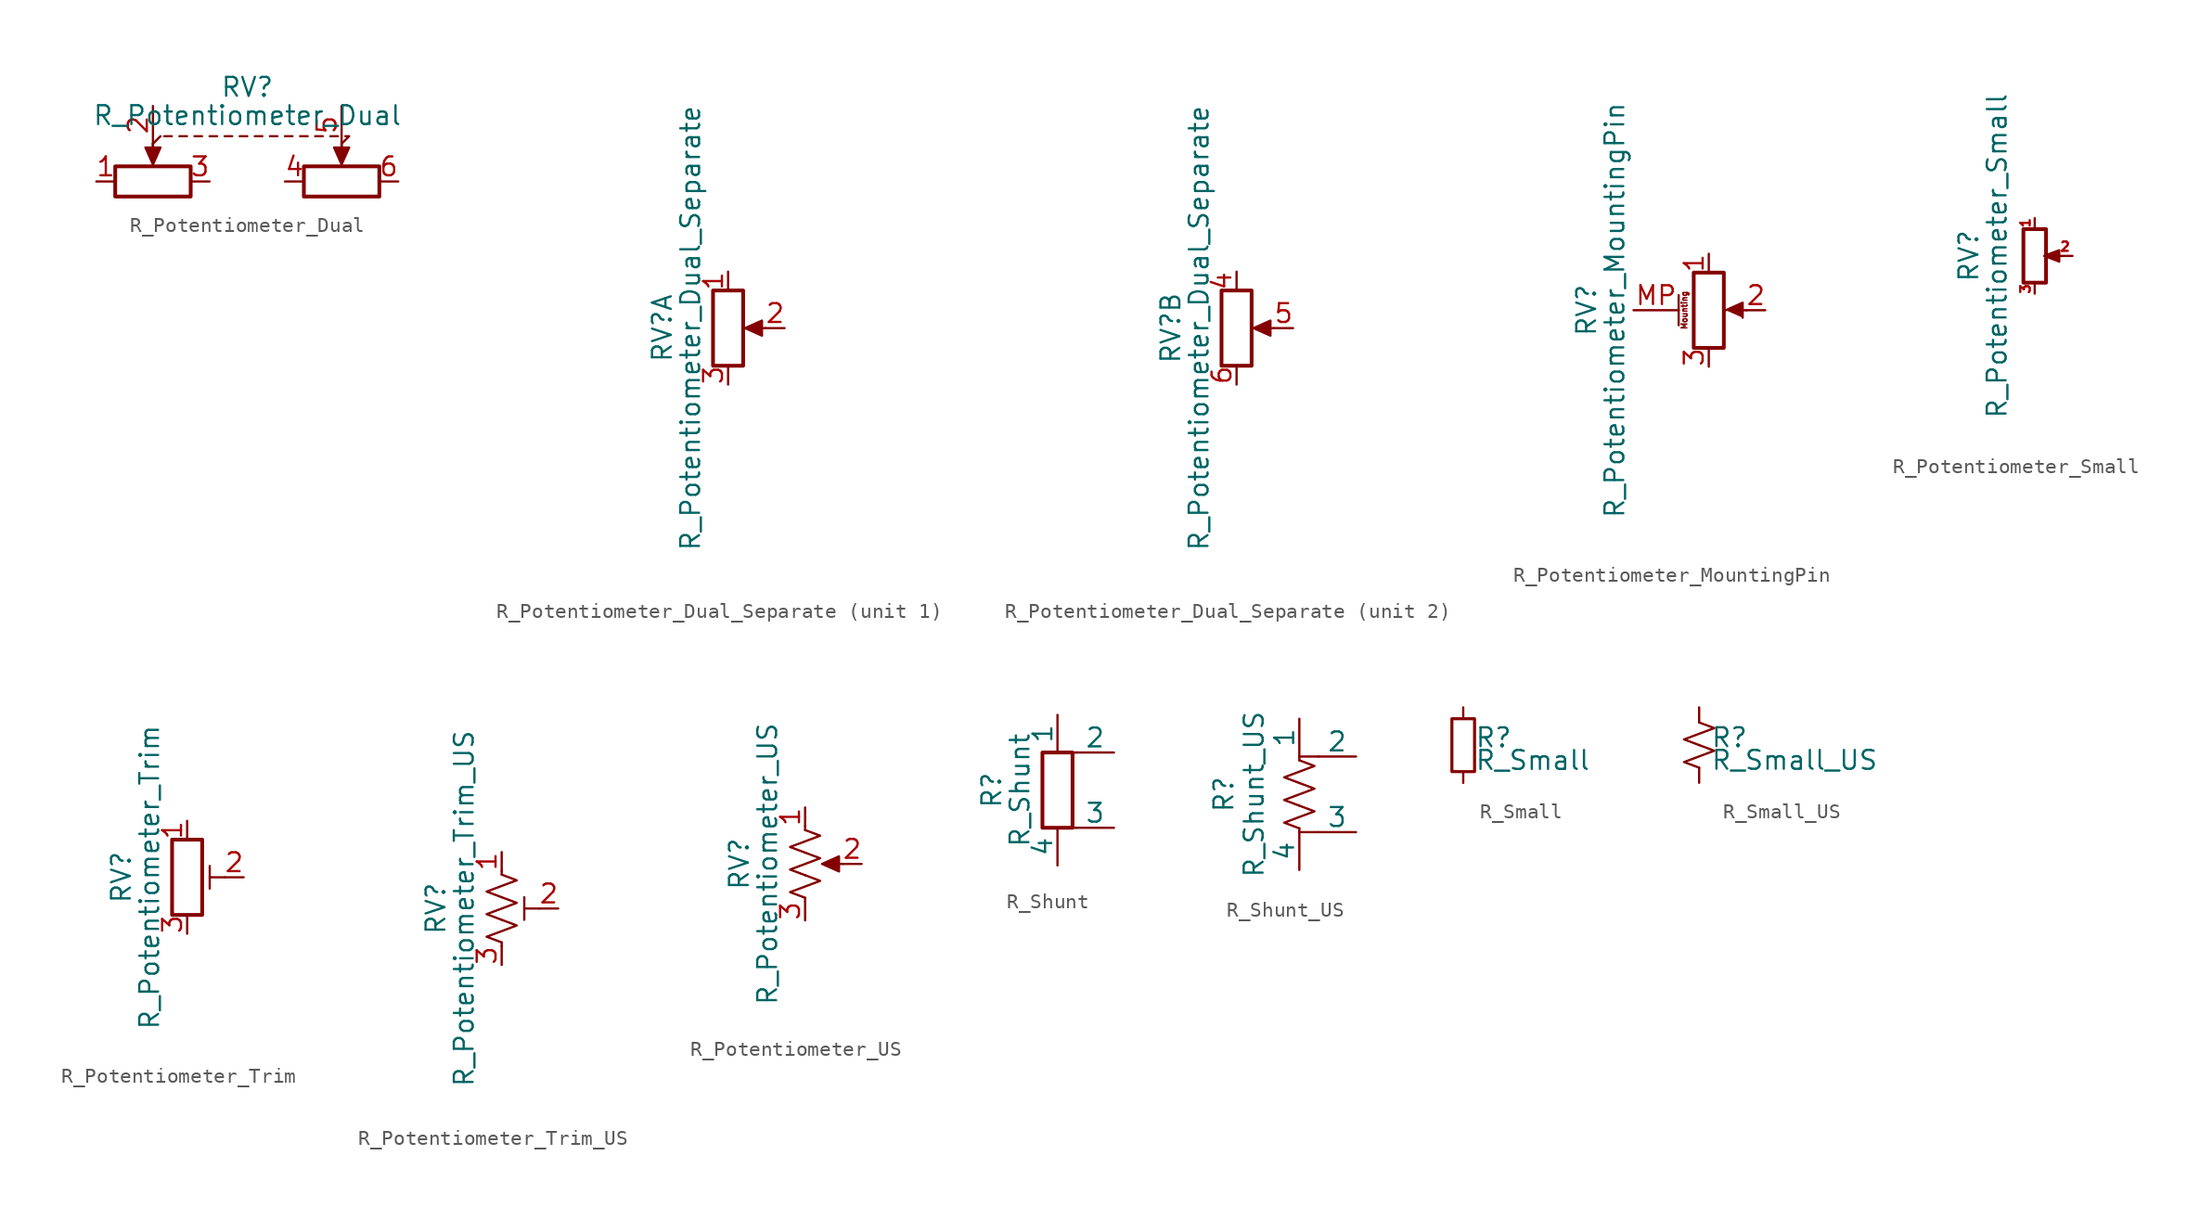
<source format=kicad_sym>
(kicad_symbol_lib
  (version 20241209)
  (generator "kicad_symbol_editor")
  (generator_version "9.0")
  (symbol "R_Potentiometer_Dual"
    (pin_names
      (offset 1.016)
      (hide yes))
    (property "Reference" "RV"
      (at 0 3.81 0)
      (effects (font (size 1.27 1.27))))
    (property "Value" "R_Potentiometer_Dual"
      (at 0 1.905 0)
      (effects (font (size 1.27 1.27))))
    (symbol "R_Potentiometer_Dual_0_1"
      (rectangle (start -8.89 -1.524) (end -3.81 -3.556) (stroke (width 0.254) (type solid)) (fill (type none)))
      (polyline (pts (xy -6.35 0) (xy -6.35 -1.016)) (stroke (width 0) (type solid)) (fill (type none)))
      (polyline (pts (xy -6.35 0) (xy -6.35 -1.016)) (stroke (width 0) (type solid)) (fill (type none)))
      (polyline (pts (xy -6.35 0) (xy -5.842 0.508)) (stroke (width 0) (type solid)) (fill (type none)))
      (polyline (pts (xy -6.35 -1.397) (xy -6.858 -0.254) (xy -5.842 -0.254) (xy -6.35 -1.397)) (stroke (width 0) (type solid)) (fill (type outline)))
      (polyline (pts (xy -5.588 0.508) (xy -5.08 0.508)) (stroke (width 0) (type solid)) (fill (type none)))
      (polyline (pts (xy -4.572 0.508) (xy -4.064 0.508)) (stroke (width 0) (type solid)) (fill (type none)))
      (polyline (pts (xy -3.556 0.508) (xy -3.048 0.508)) (stroke (width 0) (type solid)) (fill (type none)))
      (polyline (pts (xy -2.54 0.508) (xy -2.032 0.508)) (stroke (width 0) (type solid)) (fill (type none)))
      (polyline (pts (xy -1.524 0.508) (xy -1.016 0.508)) (stroke (width 0) (type solid)) (fill (type none)))
      (polyline (pts (xy -0.508 0.508) (xy 0 0.508)) (stroke (width 0) (type solid)) (fill (type none)))
      (polyline (pts (xy 0.508 0.508) (xy 1.016 0.508)) (stroke (width 0) (type solid)) (fill (type none)))
      (polyline (pts (xy 1.524 0.508) (xy 2.032 0.508)) (stroke (width 0) (type solid)) (fill (type none)))
      (polyline (pts (xy 2.54 0.508) (xy 3.048 0.508)) (stroke (width 0) (type solid)) (fill (type none)))
      (polyline (pts (xy 3.556 0.508) (xy 4.064 0.508)) (stroke (width 0) (type solid)) (fill (type none)))
      (rectangle (start 3.81 -1.524) (end 8.89 -3.556) (stroke (width 0.254) (type solid)) (fill (type none)))
      (polyline (pts (xy 4.572 0.508) (xy 5.08 0.508)) (stroke (width 0) (type solid)) (fill (type none)))
      (polyline (pts (xy 5.588 0.508) (xy 6.096 0.508)) (stroke (width 0) (type solid)) (fill (type none)))
      (polyline (pts (xy 6.35 0) (xy 6.35 -1.016)) (stroke (width 0) (type solid)) (fill (type none)))
      (polyline (pts (xy 6.35 0) (xy 6.35 -1.016)) (stroke (width 0) (type solid)) (fill (type none)))
      (polyline (pts (xy 6.35 -1.397) (xy 5.842 -0.254) (xy 6.858 -0.254) (xy 6.35 -1.397)) (stroke (width 0) (type solid)) (fill (type outline)))
      (polyline (pts (xy 6.604 0.508) (xy 6.858 0.508) (xy 6.35 0)) (stroke (width 0) (type solid)) (fill (type none))))
    (symbol "R_Potentiometer_Dual_1_1"
      (pin passive line (at -10.16 -2.54 0) (length 1.27) (name "1" (effects (font (size 1.27 1.27)))) (number "1" (effects (font (size 1.27 1.27)))))
      (pin passive line (at -6.35 2.54 270) (length 2.54) (name "2" (effects (font (size 1.27 1.27)))) (number "2" (effects (font (size 1.27 1.27)))))
      (pin passive line (at -2.54 -2.54 180) (length 1.27) (name "3" (effects (font (size 1.27 1.27)))) (number "3" (effects (font (size 1.27 1.27)))))
      (pin passive line (at 2.54 -2.54 0) (length 1.27) (name "4" (effects (font (size 1.27 1.27)))) (number "4" (effects (font (size 1.27 1.27)))))
      (pin passive line (at 6.35 2.54 270) (length 2.54) (name "5" (effects (font (size 1.27 1.27)))) (number "5" (effects (font (size 1.27 1.27)))))
      (pin passive line (at 10.16 -2.54 180) (length 1.27) (name "6" (effects (font (size 1.27 1.27)))) (number "6" (effects (font (size 1.27 1.27)))))))
  (symbol "R_Potentiometer_Dual_Separate"
    (pin_names
      (offset 1.016)
      (hide yes))
    (property "Reference" "RV"
      (at -4.445 0 90)
      (effects (font (size 1.27 1.27))))
    (property "Value" "R_Potentiometer_Dual_Separate"
      (at -2.54 0 90)
      (effects (font (size 1.27 1.27))))
    (symbol "R_Potentiometer_Dual_Separate_0_1"
      (rectangle (start 1.016 2.54) (end -1.016 -2.54) (stroke (width 0.254) (type solid)) (fill (type none)))
      (polyline (pts (xy 1.143 0) (xy 2.286 0.508) (xy 2.286 -0.508) (xy 1.143 0)) (stroke (width 0) (type solid)) (fill (type outline)))
      (polyline (pts (xy 2.54 0) (xy 1.524 0)) (stroke (width 0) (type solid)) (fill (type none))))
    (symbol "R_Potentiometer_Dual_Separate_1_1"
      (pin passive line (at 0 3.81 270) (length 1.27) (name "1" (effects (font (size 1.27 1.27)))) (number "1" (effects (font (size 1.27 1.27)))))
      (pin passive line (at 0 -3.81 90) (length 1.27) (name "3" (effects (font (size 1.27 1.27)))) (number "3" (effects (font (size 1.27 1.27)))))
      (pin passive line (at 3.81 0 180) (length 1.27) (name "2" (effects (font (size 1.27 1.27)))) (number "2" (effects (font (size 1.27 1.27))))))
    (symbol "R_Potentiometer_Dual_Separate_2_1"
      (pin passive line (at 0 3.81 270) (length 1.27) (name "4" (effects (font (size 1.27 1.27)))) (number "4" (effects (font (size 1.27 1.27)))))
      (pin passive line (at 0 -3.81 90) (length 1.27) (name "6" (effects (font (size 1.27 1.27)))) (number "6" (effects (font (size 1.27 1.27)))))
      (pin passive line (at 3.81 0 180) (length 1.27) (name "5" (effects (font (size 1.27 1.27)))) (number "5" (effects (font (size 1.27 1.27)))))))
  (symbol "R_Potentiometer_MountingPin"
    (pin_names
      (offset 1.016)
      (hide yes))
    (property "Reference" "RV"
      (at -8.255 0 90)
      (effects (font (size 1.27 1.27))))
    (property "Value" "R_Potentiometer_MountingPin"
      (at -6.35 0 90)
      (effects (font (size 1.27 1.27))))
    (symbol "R_Potentiometer_MountingPin_0_1"
      (rectangle (start 1.016 2.54) (end -1.016 -2.54) (stroke (width 0.254) (type solid)) (fill (type none)))
      (polyline (pts (xy 1.143 0) (xy 2.286 0.508) (xy 2.286 -0.508)) (stroke (width 0) (type solid)) (fill (type outline)))
      (polyline (pts (xy 2.54 0) (xy 1.524 0)) (stroke (width 0) (type solid)) (fill (type none))))
    (symbol "R_Potentiometer_MountingPin_1_1"
      (polyline (pts (xy -2.032 1.016) (xy -2.032 -1.016)) (stroke (width 0.152) (type solid)) (fill (type none)))
      (text "Mounting" (at -1.651 0 900) (effects (font (size 0.381 0.381))))
      (pin passive line (at -5.08 0 0) (length 3.048) (name "MountPin" (effects (font (size 1.27 1.27)))) (number "MP" (effects (font (size 1.27 1.27)))))
      (pin passive line (at 0 3.81 270) (length 1.27) (name "1" (effects (font (size 1.27 1.27)))) (number "1" (effects (font (size 1.27 1.27)))))
      (pin passive line (at 0 -3.81 90) (length 1.27) (name "3" (effects (font (size 1.27 1.27)))) (number "3" (effects (font (size 1.27 1.27)))))
      (pin passive line (at 3.81 0 180) (length 1.27) (name "2" (effects (font (size 1.27 1.27)))) (number "2" (effects (font (size 1.27 1.27)))))))
  (symbol "R_Potentiometer_Small"
    (pin_names
      (offset 1.016)
      (hide yes))
    (property "Reference" "RV"
      (at -4.445 0 90)
      (effects (font (size 1.27 1.27))))
    (property "Value" "R_Potentiometer_Small"
      (at -2.54 0 90)
      (effects (font (size 1.27 1.27))))
    (symbol "R_Potentiometer_Small_0_1"
      (rectangle (start 0.762 1.803) (end -0.762 -1.803) (stroke (width 0.254) (type solid)) (fill (type none)))
      (polyline (pts (xy 0.889 0) (xy 0.635 0) (xy 1.651 0.381) (xy 1.651 -0.381) (xy 0.635 0) (xy 0.889 0)) (stroke (width 0) (type solid)) (fill (type outline))))
    (symbol "R_Potentiometer_Small_1_1"
      (pin passive line (at 0 2.54 270) (length 0.635) (name "1" (effects (font (size 0.635 0.635)))) (number "1" (effects (font (size 0.635 0.635)))))
      (pin passive line (at 0 -2.54 90) (length 0.635) (name "3" (effects (font (size 0.635 0.635)))) (number "3" (effects (font (size 0.635 0.635)))))
      (pin passive line (at 2.54 0 180) (length 0.991) (name "2" (effects (font (size 0.635 0.635)))) (number "2" (effects (font (size 0.635 0.635)))))))
  (symbol "R_Potentiometer_Trim"
    (pin_names
      (offset 1.016)
      (hide yes))
    (property "Reference" "RV"
      (at -4.445 0 90)
      (effects (font (size 1.27 1.27))))
    (property "Value" "R_Potentiometer_Trim"
      (at -2.54 0 90)
      (effects (font (size 1.27 1.27))))
    (symbol "R_Potentiometer_Trim_0_1"
      (rectangle (start 1.016 2.54) (end -1.016 -2.54) (stroke (width 0.254) (type solid)) (fill (type none)))
      (polyline (pts (xy 1.524 0.762) (xy 1.524 -0.762)) (stroke (width 0) (type solid)) (fill (type none)))
      (polyline (pts (xy 2.54 0) (xy 1.524 0)) (stroke (width 0) (type solid)) (fill (type none))))
    (symbol "R_Potentiometer_Trim_1_1"
      (pin passive line (at 0 3.81 270) (length 1.27) (name "1" (effects (font (size 1.27 1.27)))) (number "1" (effects (font (size 1.27 1.27)))))
      (pin passive line (at 0 -3.81 90) (length 1.27) (name "3" (effects (font (size 1.27 1.27)))) (number "3" (effects (font (size 1.27 1.27)))))
      (pin passive line (at 3.81 0 180) (length 1.27) (name "2" (effects (font (size 1.27 1.27)))) (number "2" (effects (font (size 1.27 1.27)))))))
  (symbol "R_Potentiometer_Trim_US"
    (pin_names
      (offset 1.016)
      (hide yes))
    (property "Reference" "RV"
      (at -4.445 0 90)
      (effects (font (size 1.27 1.27))))
    (property "Value" "R_Potentiometer_Trim_US"
      (at -2.54 0 90)
      (effects (font (size 1.27 1.27))))
    (symbol "R_Potentiometer_Trim_US_0_1"
      (polyline (pts (xy 0 2.286) (xy 0 2.54)) (stroke (width 0) (type solid)) (fill (type none)))
      (polyline (pts (xy 0 2.286) (xy 1.016 1.905) (xy 0 1.524) (xy -1.016 1.143) (xy 0 0.762)) (stroke (width 0) (type solid)) (fill (type none)))
      (polyline (pts (xy 0 0.762) (xy 1.016 0.381) (xy 0 0) (xy -1.016 -0.381) (xy 0 -0.762)) (stroke (width 0) (type solid)) (fill (type none)))
      (polyline (pts (xy 0 -0.762) (xy 1.016 -1.143) (xy 0 -1.524) (xy -1.016 -1.905) (xy 0 -2.286)) (stroke (width 0) (type solid)) (fill (type none)))
      (polyline (pts (xy 0 -2.286) (xy 0 -2.54)) (stroke (width 0) (type solid)) (fill (type none)))
      (polyline (pts (xy 1.524 0.762) (xy 1.524 -0.762)) (stroke (width 0) (type solid)) (fill (type none)))
      (polyline (pts (xy 2.54 0) (xy 1.524 0)) (stroke (width 0) (type solid)) (fill (type none))))
    (symbol "R_Potentiometer_Trim_US_1_1"
      (pin passive line (at 0 3.81 270) (length 1.27) (name "1" (effects (font (size 1.27 1.27)))) (number "1" (effects (font (size 1.27 1.27)))))
      (pin passive line (at 0 -3.81 90) (length 1.27) (name "3" (effects (font (size 1.27 1.27)))) (number "3" (effects (font (size 1.27 1.27)))))
      (pin passive line (at 3.81 0 180) (length 1.27) (name "2" (effects (font (size 1.27 1.27)))) (number "2" (effects (font (size 1.27 1.27)))))))
  (symbol "R_Potentiometer_US"
    (pin_names
      (offset 1.016)
      (hide yes))
    (property "Reference" "RV"
      (at -4.445 0 90)
      (effects (font (size 1.27 1.27))))
    (property "Value" "R_Potentiometer_US"
      (at -2.54 0 90)
      (effects (font (size 1.27 1.27))))
    (symbol "R_Potentiometer_US_0_1"
      (polyline (pts (xy 0 2.54) (xy 0 2.286)) (stroke (width 0) (type solid)) (fill (type none)))
      (polyline (pts (xy 0 2.286) (xy 1.016 1.905) (xy 0 1.524) (xy -1.016 1.143) (xy 0 0.762)) (stroke (width 0) (type solid)) (fill (type none)))
      (polyline (pts (xy 0 0.762) (xy 1.016 0.381) (xy 0 0) (xy -1.016 -0.381) (xy 0 -0.762)) (stroke (width 0) (type solid)) (fill (type none)))
      (polyline (pts (xy 0 -0.762) (xy 1.016 -1.143) (xy 0 -1.524) (xy -1.016 -1.905) (xy 0 -2.286)) (stroke (width 0) (type solid)) (fill (type none)))
      (polyline (pts (xy 0 -2.286) (xy 0 -2.54)) (stroke (width 0) (type solid)) (fill (type none)))
      (polyline (pts (xy 1.143 0) (xy 2.286 0.508) (xy 2.286 -0.508) (xy 1.143 0)) (stroke (width 0) (type solid)) (fill (type outline)))
      (polyline (pts (xy 2.54 0) (xy 1.524 0)) (stroke (width 0) (type solid)) (fill (type none))))
    (symbol "R_Potentiometer_US_1_1"
      (pin passive line (at 0 3.81 270) (length 1.27) (name "1" (effects (font (size 1.27 1.27)))) (number "1" (effects (font (size 1.27 1.27)))))
      (pin passive line (at 0 -3.81 90) (length 1.27) (name "3" (effects (font (size 1.27 1.27)))) (number "3" (effects (font (size 1.27 1.27)))))
      (pin passive line (at 3.81 0 180) (length 1.27) (name "2" (effects (font (size 1.27 1.27)))) (number "2" (effects (font (size 1.27 1.27)))))))
  (symbol "R_Shunt"
    (pin_numbers
      (hide yes))
    (pin_names
      (offset 0))
    (property "Reference" "R"
      (at -4.445 0 90)
      (effects (font (size 1.27 1.27))))
    (property "Value" "R_Shunt"
      (at -2.54 0 90)
      (effects (font (size 1.27 1.27))))
    (symbol "R_Shunt_0_1"
      (rectangle (start -1.016 -2.54) (end 1.016 2.54) (stroke (width 0.254) (type solid)) (fill (type none)))
      (polyline (pts (xy 0 -2.54) (xy 1.27 -2.54)) (stroke (width 0) (type solid)) (fill (type none)))
      (polyline (pts (xy 1.27 2.54) (xy 0 2.54)) (stroke (width 0) (type solid)) (fill (type none))))
    (symbol "R_Shunt_1_1"
      (pin passive line (at 0 5.08 270) (length 2.54) (name "1" (effects (font (size 1.27 1.27)))) (number "1" (effects (font (size 1.27 1.27)))))
      (pin passive line (at 0 -5.08 90) (length 2.54) (name "4" (effects (font (size 1.27 1.27)))) (number "4" (effects (font (size 1.27 1.27)))))
      (pin passive line (at 3.81 2.54 180) (length 2.54) (name "2" (effects (font (size 1.27 1.27)))) (number "2" (effects (font (size 1.27 1.27)))))
      (pin passive line (at 3.81 -2.54 180) (length 2.54) (name "3" (effects (font (size 1.27 1.27)))) (number "3" (effects (font (size 1.27 1.27)))))))
  (symbol "R_Shunt_US"
    (pin_numbers
      (hide yes))
    (pin_names
      (offset 0))
    (property "Reference" "R"
      (at -5.08 0 90)
      (effects (font (size 1.27 1.27))))
    (property "Value" "R_Shunt_US"
      (at -3.048 0 90)
      (effects (font (size 1.27 1.27))))
    (symbol "R_Shunt_US_1_1"
      (polyline (pts (xy 0 2.286) (xy 0 2.54)) (stroke (width 0) (type solid)) (fill (type none)))
      (polyline (pts (xy 0 2.286) (xy 1.016 1.905) (xy 0 1.524) (xy -1.016 1.143) (xy 0 0.762)) (stroke (width 0) (type solid)) (fill (type none)))
      (polyline (pts (xy 0 0.762) (xy 1.016 0.381) (xy 0 0) (xy -1.016 -0.381) (xy 0 -0.762)) (stroke (width 0) (type solid)) (fill (type none)))
      (polyline (pts (xy 0 -0.762) (xy 1.016 -1.143) (xy 0 -1.524) (xy -1.016 -1.905) (xy 0 -2.286)) (stroke (width 0) (type solid)) (fill (type none)))
      (polyline (pts (xy 0 -2.286) (xy 0 -2.54)) (stroke (width 0) (type solid)) (fill (type none)))
      (polyline (pts (xy 0 -2.54) (xy 1.27 -2.54)) (stroke (width 0) (type solid)) (fill (type none)))
      (polyline (pts (xy 1.27 2.54) (xy 0 2.54)) (stroke (width 0) (type solid)) (fill (type none)))
      (pin passive line (at 0 5.08 270) (length 2.54) (name "1" (effects (font (size 1.27 1.27)))) (number "1" (effects (font (size 1.27 1.27)))))
      (pin passive line (at 0 -5.08 90) (length 2.54) (name "4" (effects (font (size 1.27 1.27)))) (number "4" (effects (font (size 1.27 1.27)))))
      (pin passive line (at 3.81 2.54 180) (length 2.54) (name "2" (effects (font (size 1.27 1.27)))) (number "2" (effects (font (size 1.27 1.27)))))
      (pin passive line (at 3.81 -2.54 180) (length 2.54) (name "3" (effects (font (size 1.27 1.27)))) (number "3" (effects (font (size 1.27 1.27)))))))
  (symbol "R_Small"
    (pin_numbers
      (hide yes))
    (pin_names
      (offset 0.254)
      (hide yes))
    (property "Reference" "R"
      (at 0.762 0.508 0)
      (effects (font (size 1.27 1.27)) (justify left)))
    (property "Value" "R_Small"
      (at 0.762 -1.016 0)
      (effects (font (size 1.27 1.27)) (justify left)))
    (symbol "R_Small_0_1"
      (rectangle (start -0.762 1.778) (end 0.762 -1.778) (stroke (width 0.203) (type solid)) (fill (type none))))
    (symbol "R_Small_1_1"
      (pin passive line (at 0 2.54 270) (length 0.762) (name "~" (effects (font (size 1.27 1.27)))) (number "1" (effects (font (size 1.27 1.27)))))
      (pin passive line (at 0 -2.54 90) (length 0.762) (name "~" (effects (font (size 1.27 1.27)))) (number "2" (effects (font (size 1.27 1.27)))))))
  (symbol "R_Small_US"
    (pin_numbers
      (hide yes))
    (pin_names
      (offset 0.254)
      (hide yes))
    (property "Reference" "R"
      (at 0.762 0.508 0)
      (effects (font (size 1.27 1.27)) (justify left)))
    (property "Value" "R_Small_US"
      (at 0.762 -1.016 0)
      (effects (font (size 1.27 1.27)) (justify left)))
    (symbol "R_Small_US_1_1"
      (polyline (pts (xy 0 1.524) (xy 1.016 1.143) (xy 0 0.762) (xy -1.016 0.381) (xy 0 0)) (stroke (width 0) (type solid)) (fill (type none)))
      (polyline (pts (xy 0 0) (xy 1.016 -0.381) (xy 0 -0.762) (xy -1.016 -1.143) (xy 0 -1.524)) (stroke (width 0) (type solid)) (fill (type none)))
      (pin passive line (at 0 2.54 270) (length 1.016) (name "~" (effects (font (size 1.27 1.27)))) (number "1" (effects (font (size 1.27 1.27)))))
      (pin passive line (at 0 -2.54 90) (length 1.016) (name "~" (effects (font (size 1.27 1.27)))) (number "2" (effects (font (size 1.27 1.27))))))))
</source>
